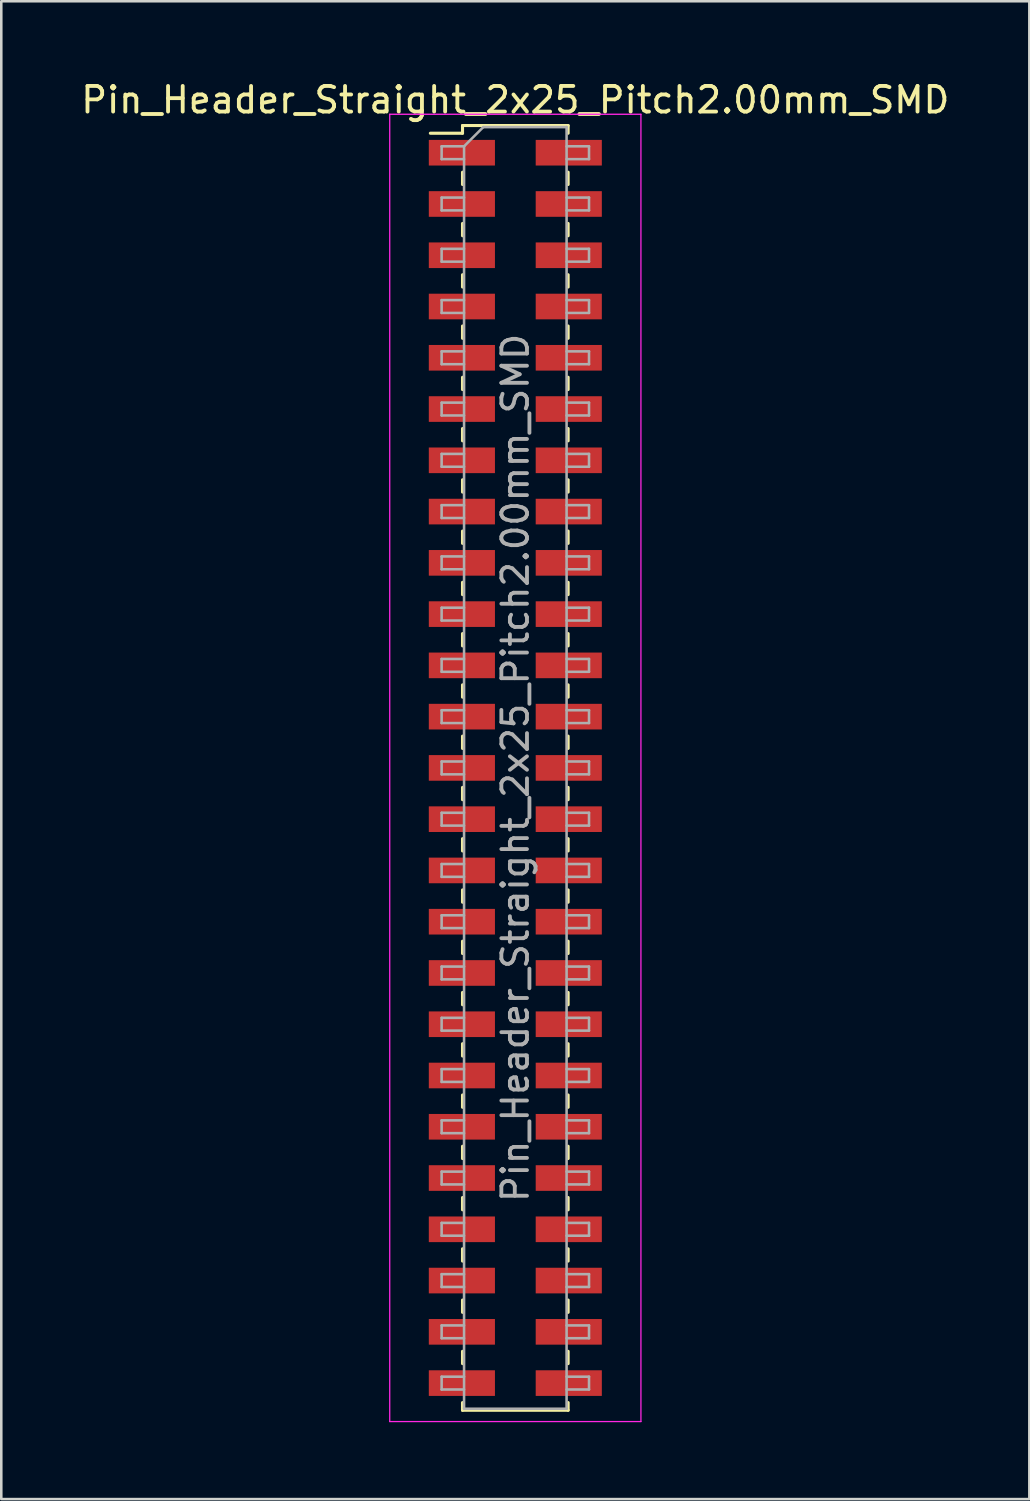
<source format=kicad_pcb>
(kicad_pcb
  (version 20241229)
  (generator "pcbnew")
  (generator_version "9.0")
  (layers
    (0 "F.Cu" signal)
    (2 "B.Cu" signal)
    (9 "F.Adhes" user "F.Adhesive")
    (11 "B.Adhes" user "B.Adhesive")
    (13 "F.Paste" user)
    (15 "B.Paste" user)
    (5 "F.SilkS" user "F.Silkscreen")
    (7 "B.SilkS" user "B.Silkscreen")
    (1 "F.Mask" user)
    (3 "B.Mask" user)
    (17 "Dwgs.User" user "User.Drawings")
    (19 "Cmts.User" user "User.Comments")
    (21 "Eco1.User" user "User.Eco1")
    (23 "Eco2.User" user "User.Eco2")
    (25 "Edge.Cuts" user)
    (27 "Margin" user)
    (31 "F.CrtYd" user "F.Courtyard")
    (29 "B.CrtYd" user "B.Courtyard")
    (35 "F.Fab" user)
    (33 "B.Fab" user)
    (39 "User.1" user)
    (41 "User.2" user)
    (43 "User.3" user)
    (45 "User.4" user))
  (footprint "Pin_Header_Straight_2x25_Pitch2.00mm_SMD"
    (layer "F.Cu")
    (at 17.054 26.908)
    (property "Reference" "Pin_Header_Straight_2x25_Pitch2.00mm_SMD" (at 0 -26.06 0) (layer "F.SilkS") (effects (font (size 1 1) (thickness 0.15))))
    (attr smd)
    (fp_line (start -3.315 -24.76) (end -2.06 -24.76) (stroke (width 0.12) (type solid)) (layer "F.SilkS"))
    (fp_line (start -2.06 -25.06) (end -2.06 -24.76) (stroke (width 0.12) (type solid)) (layer "F.SilkS"))
    (fp_line (start -2.06 -25.06) (end 2.06 -25.06) (stroke (width 0.12) (type solid)) (layer "F.SilkS"))
    (fp_line (start -2.06 -23.24) (end -2.06 -22.76) (stroke (width 0.12) (type solid)) (layer "F.SilkS"))
    (fp_line (start -2.06 -21.24) (end -2.06 -20.76) (stroke (width 0.12) (type solid)) (layer "F.SilkS"))
    (fp_line (start -2.06 -19.24) (end -2.06 -18.76) (stroke (width 0.12) (type solid)) (layer "F.SilkS"))
    (fp_line (start -2.06 -17.24) (end -2.06 -16.76) (stroke (width 0.12) (type solid)) (layer "F.SilkS"))
    (fp_line (start -2.06 -15.24) (end -2.06 -14.76) (stroke (width 0.12) (type solid)) (layer "F.SilkS"))
    (fp_line (start -2.06 -13.24) (end -2.06 -12.76) (stroke (width 0.12) (type solid)) (layer "F.SilkS"))
    (fp_line (start -2.06 -11.24) (end -2.06 -10.76) (stroke (width 0.12) (type solid)) (layer "F.SilkS"))
    (fp_line (start -2.06 -9.24) (end -2.06 -8.76) (stroke (width 0.12) (type solid)) (layer "F.SilkS"))
    (fp_line (start -2.06 -7.24) (end -2.06 -6.76) (stroke (width 0.12) (type solid)) (layer "F.SilkS"))
    (fp_line (start -2.06 -5.24) (end -2.06 -4.76) (stroke (width 0.12) (type solid)) (layer "F.SilkS"))
    (fp_line (start -2.06 -3.24) (end -2.06 -2.76) (stroke (width 0.12) (type solid)) (layer "F.SilkS"))
    (fp_line (start -2.06 -1.24) (end -2.06 -0.76) (stroke (width 0.12) (type solid)) (layer "F.SilkS"))
    (fp_line (start -2.06 0.76) (end -2.06 1.24) (stroke (width 0.12) (type solid)) (layer "F.SilkS"))
    (fp_line (start -2.06 2.76) (end -2.06 3.24) (stroke (width 0.12) (type solid)) (layer "F.SilkS"))
    (fp_line (start -2.06 4.76) (end -2.06 5.24) (stroke (width 0.12) (type solid)) (layer "F.SilkS"))
    (fp_line (start -2.06 6.76) (end -2.06 7.24) (stroke (width 0.12) (type solid)) (layer "F.SilkS"))
    (fp_line (start -2.06 8.76) (end -2.06 9.24) (stroke (width 0.12) (type solid)) (layer "F.SilkS"))
    (fp_line (start -2.06 10.76) (end -2.06 11.24) (stroke (width 0.12) (type solid)) (layer "F.SilkS"))
    (fp_line (start -2.06 12.76) (end -2.06 13.24) (stroke (width 0.12) (type solid)) (layer "F.SilkS"))
    (fp_line (start -2.06 14.76) (end -2.06 15.24) (stroke (width 0.12) (type solid)) (layer "F.SilkS"))
    (fp_line (start -2.06 16.76) (end -2.06 17.24) (stroke (width 0.12) (type solid)) (layer "F.SilkS"))
    (fp_line (start -2.06 18.76) (end -2.06 19.24) (stroke (width 0.12) (type solid)) (layer "F.SilkS"))
    (fp_line (start -2.06 20.76) (end -2.06 21.24) (stroke (width 0.12) (type solid)) (layer "F.SilkS"))
    (fp_line (start -2.06 22.76) (end -2.06 23.24) (stroke (width 0.12) (type solid)) (layer "F.SilkS"))
    (fp_line (start -2.06 24.76) (end -2.06 25.06) (stroke (width 0.12) (type solid)) (layer "F.SilkS"))
    (fp_line (start -2.06 25.06) (end 2.06 25.06) (stroke (width 0.12) (type solid)) (layer "F.SilkS"))
    (fp_line (start 2.06 -25.06) (end 2.06 -24.76) (stroke (width 0.12) (type solid)) (layer "F.SilkS"))
    (fp_line (start 2.06 -23.24) (end 2.06 -22.76) (stroke (width 0.12) (type solid)) (layer "F.SilkS"))
    (fp_line (start 2.06 -21.24) (end 2.06 -20.76) (stroke (width 0.12) (type solid)) (layer "F.SilkS"))
    (fp_line (start 2.06 -19.24) (end 2.06 -18.76) (stroke (width 0.12) (type solid)) (layer "F.SilkS"))
    (fp_line (start 2.06 -17.24) (end 2.06 -16.76) (stroke (width 0.12) (type solid)) (layer "F.SilkS"))
    (fp_line (start 2.06 -15.24) (end 2.06 -14.76) (stroke (width 0.12) (type solid)) (layer "F.SilkS"))
    (fp_line (start 2.06 -13.24) (end 2.06 -12.76) (stroke (width 0.12) (type solid)) (layer "F.SilkS"))
    (fp_line (start 2.06 -11.24) (end 2.06 -10.76) (stroke (width 0.12) (type solid)) (layer "F.SilkS"))
    (fp_line (start 2.06 -9.24) (end 2.06 -8.76) (stroke (width 0.12) (type solid)) (layer "F.SilkS"))
    (fp_line (start 2.06 -7.24) (end 2.06 -6.76) (stroke (width 0.12) (type solid)) (layer "F.SilkS"))
    (fp_line (start 2.06 -5.24) (end 2.06 -4.76) (stroke (width 0.12) (type solid)) (layer "F.SilkS"))
    (fp_line (start 2.06 -3.24) (end 2.06 -2.76) (stroke (width 0.12) (type solid)) (layer "F.SilkS"))
    (fp_line (start 2.06 -1.24) (end 2.06 -0.76) (stroke (width 0.12) (type solid)) (layer "F.SilkS"))
    (fp_line (start 2.06 0.76) (end 2.06 1.24) (stroke (width 0.12) (type solid)) (layer "F.SilkS"))
    (fp_line (start 2.06 2.76) (end 2.06 3.24) (stroke (width 0.12) (type solid)) (layer "F.SilkS"))
    (fp_line (start 2.06 4.76) (end 2.06 5.24) (stroke (width 0.12) (type solid)) (layer "F.SilkS"))
    (fp_line (start 2.06 6.76) (end 2.06 7.24) (stroke (width 0.12) (type solid)) (layer "F.SilkS"))
    (fp_line (start 2.06 8.76) (end 2.06 9.24) (stroke (width 0.12) (type solid)) (layer "F.SilkS"))
    (fp_line (start 2.06 10.76) (end 2.06 11.24) (stroke (width 0.12) (type solid)) (layer "F.SilkS"))
    (fp_line (start 2.06 12.76) (end 2.06 13.24) (stroke (width 0.12) (type solid)) (layer "F.SilkS"))
    (fp_line (start 2.06 14.76) (end 2.06 15.24) (stroke (width 0.12) (type solid)) (layer "F.SilkS"))
    (fp_line (start 2.06 16.76) (end 2.06 17.24) (stroke (width 0.12) (type solid)) (layer "F.SilkS"))
    (fp_line (start 2.06 18.76) (end 2.06 19.24) (stroke (width 0.12) (type solid)) (layer "F.SilkS"))
    (fp_line (start 2.06 20.76) (end 2.06 21.24) (stroke (width 0.12) (type solid)) (layer "F.SilkS"))
    (fp_line (start 2.06 22.76) (end 2.06 23.24) (stroke (width 0.12) (type solid)) (layer "F.SilkS"))
    (fp_line (start 2.06 24.76) (end 2.06 25.06) (stroke (width 0.12) (type solid)) (layer "F.SilkS"))
    (fp_line (start -4.9 -25.5) (end -4.9 25.5) (stroke (width 0.05) (type solid)) (layer "F.CrtYd"))
    (fp_line (start -4.9 25.5) (end 4.9 25.5) (stroke (width 0.05) (type solid)) (layer "F.CrtYd"))
    (fp_line (start 4.9 -25.5) (end -4.9 -25.5) (stroke (width 0.05) (type solid)) (layer "F.CrtYd"))
    (fp_line (start 4.9 25.5) (end 4.9 -25.5) (stroke (width 0.05) (type solid)) (layer "F.CrtYd"))
    (fp_line (start -2.875 -24.25) (end -2.875 -23.75) (stroke (width 0.1) (type solid)) (layer "F.Fab"))
    (fp_line (start -2.875 -23.75) (end -2 -23.75) (stroke (width 0.1) (type solid)) (layer "F.Fab"))
    (fp_line (start -2.875 -22.25) (end -2.875 -21.75) (stroke (width 0.1) (type solid)) (layer "F.Fab"))
    (fp_line (start -2.875 -21.75) (end -2 -21.75) (stroke (width 0.1) (type solid)) (layer "F.Fab"))
    (fp_line (start -2.875 -20.25) (end -2.875 -19.75) (stroke (width 0.1) (type solid)) (layer "F.Fab"))
    (fp_line (start -2.875 -19.75) (end -2 -19.75) (stroke (width 0.1) (type solid)) (layer "F.Fab"))
    (fp_line (start -2.875 -18.25) (end -2.875 -17.75) (stroke (width 0.1) (type solid)) (layer "F.Fab"))
    (fp_line (start -2.875 -17.75) (end -2 -17.75) (stroke (width 0.1) (type solid)) (layer "F.Fab"))
    (fp_line (start -2.875 -16.25) (end -2.875 -15.75) (stroke (width 0.1) (type solid)) (layer "F.Fab"))
    (fp_line (start -2.875 -15.75) (end -2 -15.75) (stroke (width 0.1) (type solid)) (layer "F.Fab"))
    (fp_line (start -2.875 -14.25) (end -2.875 -13.75) (stroke (width 0.1) (type solid)) (layer "F.Fab"))
    (fp_line (start -2.875 -13.75) (end -2 -13.75) (stroke (width 0.1) (type solid)) (layer "F.Fab"))
    (fp_line (start -2.875 -12.25) (end -2.875 -11.75) (stroke (width 0.1) (type solid)) (layer "F.Fab"))
    (fp_line (start -2.875 -11.75) (end -2 -11.75) (stroke (width 0.1) (type solid)) (layer "F.Fab"))
    (fp_line (start -2.875 -10.25) (end -2.875 -9.75) (stroke (width 0.1) (type solid)) (layer "F.Fab"))
    (fp_line (start -2.875 -9.75) (end -2 -9.75) (stroke (width 0.1) (type solid)) (layer "F.Fab"))
    (fp_line (start -2.875 -8.25) (end -2.875 -7.75) (stroke (width 0.1) (type solid)) (layer "F.Fab"))
    (fp_line (start -2.875 -7.75) (end -2 -7.75) (stroke (width 0.1) (type solid)) (layer "F.Fab"))
    (fp_line (start -2.875 -6.25) (end -2.875 -5.75) (stroke (width 0.1) (type solid)) (layer "F.Fab"))
    (fp_line (start -2.875 -5.75) (end -2 -5.75) (stroke (width 0.1) (type solid)) (layer "F.Fab"))
    (fp_line (start -2.875 -4.25) (end -2.875 -3.75) (stroke (width 0.1) (type solid)) (layer "F.Fab"))
    (fp_line (start -2.875 -3.75) (end -2 -3.75) (stroke (width 0.1) (type solid)) (layer "F.Fab"))
    (fp_line (start -2.875 -2.25) (end -2.875 -1.75) (stroke (width 0.1) (type solid)) (layer "F.Fab"))
    (fp_line (start -2.875 -1.75) (end -2 -1.75) (stroke (width 0.1) (type solid)) (layer "F.Fab"))
    (fp_line (start -2.875 -0.25) (end -2.875 0.25) (stroke (width 0.1) (type solid)) (layer "F.Fab"))
    (fp_line (start -2.875 0.25) (end -2 0.25) (stroke (width 0.1) (type solid)) (layer "F.Fab"))
    (fp_line (start -2.875 1.75) (end -2.875 2.25) (stroke (width 0.1) (type solid)) (layer "F.Fab"))
    (fp_line (start -2.875 2.25) (end -2 2.25) (stroke (width 0.1) (type solid)) (layer "F.Fab"))
    (fp_line (start -2.875 3.75) (end -2.875 4.25) (stroke (width 0.1) (type solid)) (layer "F.Fab"))
    (fp_line (start -2.875 4.25) (end -2 4.25) (stroke (width 0.1) (type solid)) (layer "F.Fab"))
    (fp_line (start -2.875 5.75) (end -2.875 6.25) (stroke (width 0.1) (type solid)) (layer "F.Fab"))
    (fp_line (start -2.875 6.25) (end -2 6.25) (stroke (width 0.1) (type solid)) (layer "F.Fab"))
    (fp_line (start -2.875 7.75) (end -2.875 8.25) (stroke (width 0.1) (type solid)) (layer "F.Fab"))
    (fp_line (start -2.875 8.25) (end -2 8.25) (stroke (width 0.1) (type solid)) (layer "F.Fab"))
    (fp_line (start -2.875 9.75) (end -2.875 10.25) (stroke (width 0.1) (type solid)) (layer "F.Fab"))
    (fp_line (start -2.875 10.25) (end -2 10.25) (stroke (width 0.1) (type solid)) (layer "F.Fab"))
    (fp_line (start -2.875 11.75) (end -2.875 12.25) (stroke (width 0.1) (type solid)) (layer "F.Fab"))
    (fp_line (start -2.875 12.25) (end -2 12.25) (stroke (width 0.1) (type solid)) (layer "F.Fab"))
    (fp_line (start -2.875 13.75) (end -2.875 14.25) (stroke (width 0.1) (type solid)) (layer "F.Fab"))
    (fp_line (start -2.875 14.25) (end -2 14.25) (stroke (width 0.1) (type solid)) (layer "F.Fab"))
    (fp_line (start -2.875 15.75) (end -2.875 16.25) (stroke (width 0.1) (type solid)) (layer "F.Fab"))
    (fp_line (start -2.875 16.25) (end -2 16.25) (stroke (width 0.1) (type solid)) (layer "F.Fab"))
    (fp_line (start -2.875 17.75) (end -2.875 18.25) (stroke (width 0.1) (type solid)) (layer "F.Fab"))
    (fp_line (start -2.875 18.25) (end -2 18.25) (stroke (width 0.1) (type solid)) (layer "F.Fab"))
    (fp_line (start -2.875 19.75) (end -2.875 20.25) (stroke (width 0.1) (type solid)) (layer "F.Fab"))
    (fp_line (start -2.875 20.25) (end -2 20.25) (stroke (width 0.1) (type solid)) (layer "F.Fab"))
    (fp_line (start -2.875 21.75) (end -2.875 22.25) (stroke (width 0.1) (type solid)) (layer "F.Fab"))
    (fp_line (start -2.875 22.25) (end -2 22.25) (stroke (width 0.1) (type solid)) (layer "F.Fab"))
    (fp_line (start -2.875 23.75) (end -2.875 24.25) (stroke (width 0.1) (type solid)) (layer "F.Fab"))
    (fp_line (start -2.875 24.25) (end -2 24.25) (stroke (width 0.1) (type solid)) (layer "F.Fab"))
    (fp_line (start -2 -24.25) (end -2.875 -24.25) (stroke (width 0.1) (type solid)) (layer "F.Fab"))
    (fp_line (start -2 -24.25) (end -1.25 -25) (stroke (width 0.1) (type solid)) (layer "F.Fab"))
    (fp_line (start -2 -22.25) (end -2.875 -22.25) (stroke (width 0.1) (type solid)) (layer "F.Fab"))
    (fp_line (start -2 -20.25) (end -2.875 -20.25) (stroke (width 0.1) (type solid)) (layer "F.Fab"))
    (fp_line (start -2 -18.25) (end -2.875 -18.25) (stroke (width 0.1) (type solid)) (layer "F.Fab"))
    (fp_line (start -2 -16.25) (end -2.875 -16.25) (stroke (width 0.1) (type solid)) (layer "F.Fab"))
    (fp_line (start -2 -14.25) (end -2.875 -14.25) (stroke (width 0.1) (type solid)) (layer "F.Fab"))
    (fp_line (start -2 -12.25) (end -2.875 -12.25) (stroke (width 0.1) (type solid)) (layer "F.Fab"))
    (fp_line (start -2 -10.25) (end -2.875 -10.25) (stroke (width 0.1) (type solid)) (layer "F.Fab"))
    (fp_line (start -2 -8.25) (end -2.875 -8.25) (stroke (width 0.1) (type solid)) (layer "F.Fab"))
    (fp_line (start -2 -6.25) (end -2.875 -6.25) (stroke (width 0.1) (type solid)) (layer "F.Fab"))
    (fp_line (start -2 -4.25) (end -2.875 -4.25) (stroke (width 0.1) (type solid)) (layer "F.Fab"))
    (fp_line (start -2 -2.25) (end -2.875 -2.25) (stroke (width 0.1) (type solid)) (layer "F.Fab"))
    (fp_line (start -2 -0.25) (end -2.875 -0.25) (stroke (width 0.1) (type solid)) (layer "F.Fab"))
    (fp_line (start -2 1.75) (end -2.875 1.75) (stroke (width 0.1) (type solid)) (layer "F.Fab"))
    (fp_line (start -2 3.75) (end -2.875 3.75) (stroke (width 0.1) (type solid)) (layer "F.Fab"))
    (fp_line (start -2 5.75) (end -2.875 5.75) (stroke (width 0.1) (type solid)) (layer "F.Fab"))
    (fp_line (start -2 7.75) (end -2.875 7.75) (stroke (width 0.1) (type solid)) (layer "F.Fab"))
    (fp_line (start -2 9.75) (end -2.875 9.75) (stroke (width 0.1) (type solid)) (layer "F.Fab"))
    (fp_line (start -2 11.75) (end -2.875 11.75) (stroke (width 0.1) (type solid)) (layer "F.Fab"))
    (fp_line (start -2 13.75) (end -2.875 13.75) (stroke (width 0.1) (type solid)) (layer "F.Fab"))
    (fp_line (start -2 15.75) (end -2.875 15.75) (stroke (width 0.1) (type solid)) (layer "F.Fab"))
    (fp_line (start -2 17.75) (end -2.875 17.75) (stroke (width 0.1) (type solid)) (layer "F.Fab"))
    (fp_line (start -2 19.75) (end -2.875 19.75) (stroke (width 0.1) (type solid)) (layer "F.Fab"))
    (fp_line (start -2 21.75) (end -2.875 21.75) (stroke (width 0.1) (type solid)) (layer "F.Fab"))
    (fp_line (start -2 23.75) (end -2.875 23.75) (stroke (width 0.1) (type solid)) (layer "F.Fab"))
    (fp_line (start -2 25) (end -2 -24.25) (stroke (width 0.1) (type solid)) (layer "F.Fab"))
    (fp_line (start -1.25 -25) (end 2 -25) (stroke (width 0.1) (type solid)) (layer "F.Fab"))
    (fp_line (start 2 -25) (end 2 25) (stroke (width 0.1) (type solid)) (layer "F.Fab"))
    (fp_line (start 2 -24.25) (end 2.875 -24.25) (stroke (width 0.1) (type solid)) (layer "F.Fab"))
    (fp_line (start 2 -22.25) (end 2.875 -22.25) (stroke (width 0.1) (type solid)) (layer "F.Fab"))
    (fp_line (start 2 -20.25) (end 2.875 -20.25) (stroke (width 0.1) (type solid)) (layer "F.Fab"))
    (fp_line (start 2 -18.25) (end 2.875 -18.25) (stroke (width 0.1) (type solid)) (layer "F.Fab"))
    (fp_line (start 2 -16.25) (end 2.875 -16.25) (stroke (width 0.1) (type solid)) (layer "F.Fab"))
    (fp_line (start 2 -14.25) (end 2.875 -14.25) (stroke (width 0.1) (type solid)) (layer "F.Fab"))
    (fp_line (start 2 -12.25) (end 2.875 -12.25) (stroke (width 0.1) (type solid)) (layer "F.Fab"))
    (fp_line (start 2 -10.25) (end 2.875 -10.25) (stroke (width 0.1) (type solid)) (layer "F.Fab"))
    (fp_line (start 2 -8.25) (end 2.875 -8.25) (stroke (width 0.1) (type solid)) (layer "F.Fab"))
    (fp_line (start 2 -6.25) (end 2.875 -6.25) (stroke (width 0.1) (type solid)) (layer "F.Fab"))
    (fp_line (start 2 -4.25) (end 2.875 -4.25) (stroke (width 0.1) (type solid)) (layer "F.Fab"))
    (fp_line (start 2 -2.25) (end 2.875 -2.25) (stroke (width 0.1) (type solid)) (layer "F.Fab"))
    (fp_line (start 2 -0.25) (end 2.875 -0.25) (stroke (width 0.1) (type solid)) (layer "F.Fab"))
    (fp_line (start 2 1.75) (end 2.875 1.75) (stroke (width 0.1) (type solid)) (layer "F.Fab"))
    (fp_line (start 2 3.75) (end 2.875 3.75) (stroke (width 0.1) (type solid)) (layer "F.Fab"))
    (fp_line (start 2 5.75) (end 2.875 5.75) (stroke (width 0.1) (type solid)) (layer "F.Fab"))
    (fp_line (start 2 7.75) (end 2.875 7.75) (stroke (width 0.1) (type solid)) (layer "F.Fab"))
    (fp_line (start 2 9.75) (end 2.875 9.75) (stroke (width 0.1) (type solid)) (layer "F.Fab"))
    (fp_line (start 2 11.75) (end 2.875 11.75) (stroke (width 0.1) (type solid)) (layer "F.Fab"))
    (fp_line (start 2 13.75) (end 2.875 13.75) (stroke (width 0.1) (type solid)) (layer "F.Fab"))
    (fp_line (start 2 15.75) (end 2.875 15.75) (stroke (width 0.1) (type solid)) (layer "F.Fab"))
    (fp_line (start 2 17.75) (end 2.875 17.75) (stroke (width 0.1) (type solid)) (layer "F.Fab"))
    (fp_line (start 2 19.75) (end 2.875 19.75) (stroke (width 0.1) (type solid)) (layer "F.Fab"))
    (fp_line (start 2 21.75) (end 2.875 21.75) (stroke (width 0.1) (type solid)) (layer "F.Fab"))
    (fp_line (start 2 23.75) (end 2.875 23.75) (stroke (width 0.1) (type solid)) (layer "F.Fab"))
    (fp_line (start 2 25) (end -2 25) (stroke (width 0.1) (type solid)) (layer "F.Fab"))
    (fp_line (start 2.875 -24.25) (end 2.875 -23.75) (stroke (width 0.1) (type solid)) (layer "F.Fab"))
    (fp_line (start 2.875 -23.75) (end 2 -23.75) (stroke (width 0.1) (type solid)) (layer "F.Fab"))
    (fp_line (start 2.875 -22.25) (end 2.875 -21.75) (stroke (width 0.1) (type solid)) (layer "F.Fab"))
    (fp_line (start 2.875 -21.75) (end 2 -21.75) (stroke (width 0.1) (type solid)) (layer "F.Fab"))
    (fp_line (start 2.875 -20.25) (end 2.875 -19.75) (stroke (width 0.1) (type solid)) (layer "F.Fab"))
    (fp_line (start 2.875 -19.75) (end 2 -19.75) (stroke (width 0.1) (type solid)) (layer "F.Fab"))
    (fp_line (start 2.875 -18.25) (end 2.875 -17.75) (stroke (width 0.1) (type solid)) (layer "F.Fab"))
    (fp_line (start 2.875 -17.75) (end 2 -17.75) (stroke (width 0.1) (type solid)) (layer "F.Fab"))
    (fp_line (start 2.875 -16.25) (end 2.875 -15.75) (stroke (width 0.1) (type solid)) (layer "F.Fab"))
    (fp_line (start 2.875 -15.75) (end 2 -15.75) (stroke (width 0.1) (type solid)) (layer "F.Fab"))
    (fp_line (start 2.875 -14.25) (end 2.875 -13.75) (stroke (width 0.1) (type solid)) (layer "F.Fab"))
    (fp_line (start 2.875 -13.75) (end 2 -13.75) (stroke (width 0.1) (type solid)) (layer "F.Fab"))
    (fp_line (start 2.875 -12.25) (end 2.875 -11.75) (stroke (width 0.1) (type solid)) (layer "F.Fab"))
    (fp_line (start 2.875 -11.75) (end 2 -11.75) (stroke (width 0.1) (type solid)) (layer "F.Fab"))
    (fp_line (start 2.875 -10.25) (end 2.875 -9.75) (stroke (width 0.1) (type solid)) (layer "F.Fab"))
    (fp_line (start 2.875 -9.75) (end 2 -9.75) (stroke (width 0.1) (type solid)) (layer "F.Fab"))
    (fp_line (start 2.875 -8.25) (end 2.875 -7.75) (stroke (width 0.1) (type solid)) (layer "F.Fab"))
    (fp_line (start 2.875 -7.75) (end 2 -7.75) (stroke (width 0.1) (type solid)) (layer "F.Fab"))
    (fp_line (start 2.875 -6.25) (end 2.875 -5.75) (stroke (width 0.1) (type solid)) (layer "F.Fab"))
    (fp_line (start 2.875 -5.75) (end 2 -5.75) (stroke (width 0.1) (type solid)) (layer "F.Fab"))
    (fp_line (start 2.875 -4.25) (end 2.875 -3.75) (stroke (width 0.1) (type solid)) (layer "F.Fab"))
    (fp_line (start 2.875 -3.75) (end 2 -3.75) (stroke (width 0.1) (type solid)) (layer "F.Fab"))
    (fp_line (start 2.875 -2.25) (end 2.875 -1.75) (stroke (width 0.1) (type solid)) (layer "F.Fab"))
    (fp_line (start 2.875 -1.75) (end 2 -1.75) (stroke (width 0.1) (type solid)) (layer "F.Fab"))
    (fp_line (start 2.875 -0.25) (end 2.875 0.25) (stroke (width 0.1) (type solid)) (layer "F.Fab"))
    (fp_line (start 2.875 0.25) (end 2 0.25) (stroke (width 0.1) (type solid)) (layer "F.Fab"))
    (fp_line (start 2.875 1.75) (end 2.875 2.25) (stroke (width 0.1) (type solid)) (layer "F.Fab"))
    (fp_line (start 2.875 2.25) (end 2 2.25) (stroke (width 0.1) (type solid)) (layer "F.Fab"))
    (fp_line (start 2.875 3.75) (end 2.875 4.25) (stroke (width 0.1) (type solid)) (layer "F.Fab"))
    (fp_line (start 2.875 4.25) (end 2 4.25) (stroke (width 0.1) (type solid)) (layer "F.Fab"))
    (fp_line (start 2.875 5.75) (end 2.875 6.25) (stroke (width 0.1) (type solid)) (layer "F.Fab"))
    (fp_line (start 2.875 6.25) (end 2 6.25) (stroke (width 0.1) (type solid)) (layer "F.Fab"))
    (fp_line (start 2.875 7.75) (end 2.875 8.25) (stroke (width 0.1) (type solid)) (layer "F.Fab"))
    (fp_line (start 2.875 8.25) (end 2 8.25) (stroke (width 0.1) (type solid)) (layer "F.Fab"))
    (fp_line (start 2.875 9.75) (end 2.875 10.25) (stroke (width 0.1) (type solid)) (layer "F.Fab"))
    (fp_line (start 2.875 10.25) (end 2 10.25) (stroke (width 0.1) (type solid)) (layer "F.Fab"))
    (fp_line (start 2.875 11.75) (end 2.875 12.25) (stroke (width 0.1) (type solid)) (layer "F.Fab"))
    (fp_line (start 2.875 12.25) (end 2 12.25) (stroke (width 0.1) (type solid)) (layer "F.Fab"))
    (fp_line (start 2.875 13.75) (end 2.875 14.25) (stroke (width 0.1) (type solid)) (layer "F.Fab"))
    (fp_line (start 2.875 14.25) (end 2 14.25) (stroke (width 0.1) (type solid)) (layer "F.Fab"))
    (fp_line (start 2.875 15.75) (end 2.875 16.25) (stroke (width 0.1) (type solid)) (layer "F.Fab"))
    (fp_line (start 2.875 16.25) (end 2 16.25) (stroke (width 0.1) (type solid)) (layer "F.Fab"))
    (fp_line (start 2.875 17.75) (end 2.875 18.25) (stroke (width 0.1) (type solid)) (layer "F.Fab"))
    (fp_line (start 2.875 18.25) (end 2 18.25) (stroke (width 0.1) (type solid)) (layer "F.Fab"))
    (fp_line (start 2.875 19.75) (end 2.875 20.25) (stroke (width 0.1) (type solid)) (layer "F.Fab"))
    (fp_line (start 2.875 20.25) (end 2 20.25) (stroke (width 0.1) (type solid)) (layer "F.Fab"))
    (fp_line (start 2.875 21.75) (end 2.875 22.25) (stroke (width 0.1) (type solid)) (layer "F.Fab"))
    (fp_line (start 2.875 22.25) (end 2 22.25) (stroke (width 0.1) (type solid)) (layer "F.Fab"))
    (fp_line (start 2.875 23.75) (end 2.875 24.25) (stroke (width 0.1) (type solid)) (layer "F.Fab"))
    (fp_line (start 2.875 24.25) (end 2 24.25) (stroke (width 0.1) (type solid)) (layer "F.Fab"))
    (fp_text user "${REFERENCE}" (at 0 0 90) (layer "F.Fab") (effects (font (size 1 1) (thickness 0.15))))
    (pad "1" smd rect (at -2.085 -24) (size 2.58 1) (layers "F.Cu" "F.Mask" "F.Paste"))
    (pad "2" smd rect (at 2.085 -24) (size 2.58 1) (layers "F.Cu" "F.Mask" "F.Paste"))
    (pad "3" smd rect (at -2.085 -22) (size 2.58 1) (layers "F.Cu" "F.Mask" "F.Paste"))
    (pad "4" smd rect (at 2.085 -22) (size 2.58 1) (layers "F.Cu" "F.Mask" "F.Paste"))
    (pad "5" smd rect (at -2.085 -20) (size 2.58 1) (layers "F.Cu" "F.Mask" "F.Paste"))
    (pad "6" smd rect (at 2.085 -20) (size 2.58 1) (layers "F.Cu" "F.Mask" "F.Paste"))
    (pad "7" smd rect (at -2.085 -18) (size 2.58 1) (layers "F.Cu" "F.Mask" "F.Paste"))
    (pad "8" smd rect (at 2.085 -18) (size 2.58 1) (layers "F.Cu" "F.Mask" "F.Paste"))
    (pad "9" smd rect (at -2.085 -16) (size 2.58 1) (layers "F.Cu" "F.Mask" "F.Paste"))
    (pad "10" smd rect (at 2.085 -16) (size 2.58 1) (layers "F.Cu" "F.Mask" "F.Paste"))
    (pad "11" smd rect (at -2.085 -14) (size 2.58 1) (layers "F.Cu" "F.Mask" "F.Paste"))
    (pad "12" smd rect (at 2.085 -14) (size 2.58 1) (layers "F.Cu" "F.Mask" "F.Paste"))
    (pad "13" smd rect (at -2.085 -12) (size 2.58 1) (layers "F.Cu" "F.Mask" "F.Paste"))
    (pad "14" smd rect (at 2.085 -12) (size 2.58 1) (layers "F.Cu" "F.Mask" "F.Paste"))
    (pad "15" smd rect (at -2.085 -10) (size 2.58 1) (layers "F.Cu" "F.Mask" "F.Paste"))
    (pad "16" smd rect (at 2.085 -10) (size 2.58 1) (layers "F.Cu" "F.Mask" "F.Paste"))
    (pad "17" smd rect (at -2.085 -8) (size 2.58 1) (layers "F.Cu" "F.Mask" "F.Paste"))
    (pad "18" smd rect (at 2.085 -8) (size 2.58 1) (layers "F.Cu" "F.Mask" "F.Paste"))
    (pad "19" smd rect (at -2.085 -6) (size 2.58 1) (layers "F.Cu" "F.Mask" "F.Paste"))
    (pad "20" smd rect (at 2.085 -6) (size 2.58 1) (layers "F.Cu" "F.Mask" "F.Paste"))
    (pad "21" smd rect (at -2.085 -4) (size 2.58 1) (layers "F.Cu" "F.Mask" "F.Paste"))
    (pad "22" smd rect (at 2.085 -4) (size 2.58 1) (layers "F.Cu" "F.Mask" "F.Paste"))
    (pad "23" smd rect (at -2.085 -2) (size 2.58 1) (layers "F.Cu" "F.Mask" "F.Paste"))
    (pad "24" smd rect (at 2.085 -2) (size 2.58 1) (layers "F.Cu" "F.Mask" "F.Paste"))
    (pad "25" smd rect (at -2.085 0) (size 2.58 1) (layers "F.Cu" "F.Mask" "F.Paste"))
    (pad "26" smd rect (at 2.085 0) (size 2.58 1) (layers "F.Cu" "F.Mask" "F.Paste"))
    (pad "27" smd rect (at -2.085 2) (size 2.58 1) (layers "F.Cu" "F.Mask" "F.Paste"))
    (pad "28" smd rect (at 2.085 2) (size 2.58 1) (layers "F.Cu" "F.Mask" "F.Paste"))
    (pad "29" smd rect (at -2.085 4) (size 2.58 1) (layers "F.Cu" "F.Mask" "F.Paste"))
    (pad "30" smd rect (at 2.085 4) (size 2.58 1) (layers "F.Cu" "F.Mask" "F.Paste"))
    (pad "31" smd rect (at -2.085 6) (size 2.58 1) (layers "F.Cu" "F.Mask" "F.Paste"))
    (pad "32" smd rect (at 2.085 6) (size 2.58 1) (layers "F.Cu" "F.Mask" "F.Paste"))
    (pad "33" smd rect (at -2.085 8) (size 2.58 1) (layers "F.Cu" "F.Mask" "F.Paste"))
    (pad "34" smd rect (at 2.085 8) (size 2.58 1) (layers "F.Cu" "F.Mask" "F.Paste"))
    (pad "35" smd rect (at -2.085 10) (size 2.58 1) (layers "F.Cu" "F.Mask" "F.Paste"))
    (pad "36" smd rect (at 2.085 10) (size 2.58 1) (layers "F.Cu" "F.Mask" "F.Paste"))
    (pad "37" smd rect (at -2.085 12) (size 2.58 1) (layers "F.Cu" "F.Mask" "F.Paste"))
    (pad "38" smd rect (at 2.085 12) (size 2.58 1) (layers "F.Cu" "F.Mask" "F.Paste"))
    (pad "39" smd rect (at -2.085 14) (size 2.58 1) (layers "F.Cu" "F.Mask" "F.Paste"))
    (pad "40" smd rect (at 2.085 14) (size 2.58 1) (layers "F.Cu" "F.Mask" "F.Paste"))
    (pad "41" smd rect (at -2.085 16) (size 2.58 1) (layers "F.Cu" "F.Mask" "F.Paste"))
    (pad "42" smd rect (at 2.085 16) (size 2.58 1) (layers "F.Cu" "F.Mask" "F.Paste"))
    (pad "43" smd rect (at -2.085 18) (size 2.58 1) (layers "F.Cu" "F.Mask" "F.Paste"))
    (pad "44" smd rect (at 2.085 18) (size 2.58 1) (layers "F.Cu" "F.Mask" "F.Paste"))
    (pad "45" smd rect (at -2.085 20) (size 2.58 1) (layers "F.Cu" "F.Mask" "F.Paste"))
    (pad "46" smd rect (at 2.085 20) (size 2.58 1) (layers "F.Cu" "F.Mask" "F.Paste"))
    (pad "47" smd rect (at -2.085 22) (size 2.58 1) (layers "F.Cu" "F.Mask" "F.Paste"))
    (pad "48" smd rect (at 2.085 22) (size 2.58 1) (layers "F.Cu" "F.Mask" "F.Paste"))
    (pad "49" smd rect (at -2.085 24) (size 2.58 1) (layers "F.Cu" "F.Mask" "F.Paste"))
    (pad "50" smd rect (at 2.085 24) (size 2.58 1) (layers "F.Cu" "F.Mask" "F.Paste")))
  (gr_rect
    (start -3 -3)
    (end 37.107 55.433)
    (stroke (width 0.1) (type default))
    (fill no)
    (layer "Edge.Cuts")))
</source>
